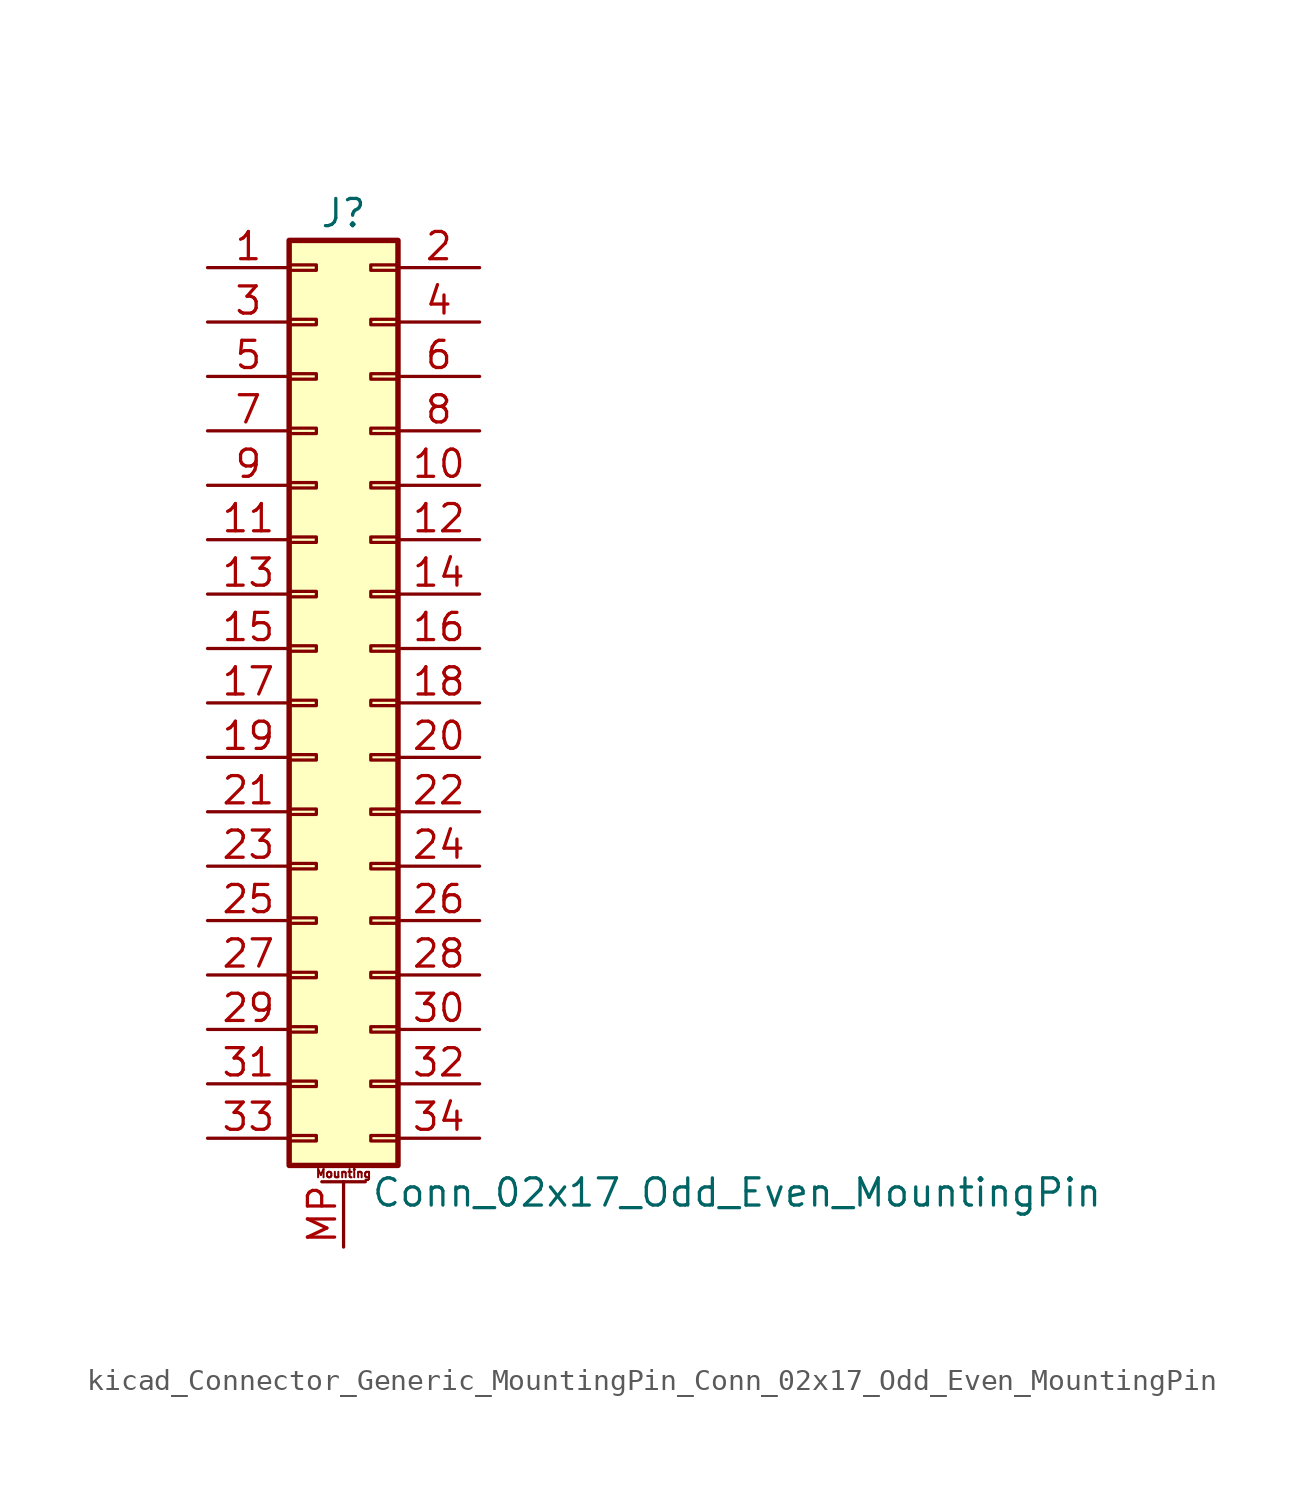
<source format=kicad_sym>
(kicad_symbol_lib
  (version 20220914)
  (generator kicad_symbol_editor)
  (symbol "kicad_Connector_Generic_MountingPin_Conn_02x17_Odd_Even_MountingPin"
    (pin_names
      (offset 1.016) hide)
    (property "Reference" "J"
      (at 1.27 22.86 0)
      (effects (font (size 1.27 1.27))))
    (property "Value" "Conn_02x17_Odd_Even_MountingPin"
      (at 2.54 -22.86 0)
      (effects (font (size 1.27 1.27)) (justify left)))
    (symbol "kicad_Connector_Generic_MountingPin_Conn_02x17_Odd_Even_MountingPin_1_1"
      (rectangle (start -1.27 -20.193) (end 0 -20.447) (stroke (width 0.152) (type default)) (fill (type none)))
      (rectangle (start -1.27 -17.653) (end 0 -17.907) (stroke (width 0.152) (type default)) (fill (type none)))
      (rectangle (start -1.27 -15.113) (end 0 -15.367) (stroke (width 0.152) (type default)) (fill (type none)))
      (rectangle (start -1.27 -12.573) (end 0 -12.827) (stroke (width 0.152) (type default)) (fill (type none)))
      (rectangle (start -1.27 -10.033) (end 0 -10.287) (stroke (width 0.152) (type default)) (fill (type none)))
      (rectangle (start -1.27 -7.493) (end 0 -7.747) (stroke (width 0.152) (type default)) (fill (type none)))
      (rectangle (start -1.27 -4.953) (end 0 -5.207) (stroke (width 0.152) (type default)) (fill (type none)))
      (rectangle (start -1.27 -2.413) (end 0 -2.667) (stroke (width 0.152) (type default)) (fill (type none)))
      (rectangle (start -1.27 0.127) (end 0 -0.127) (stroke (width 0.152) (type default)) (fill (type none)))
      (rectangle (start -1.27 2.667) (end 0 2.413) (stroke (width 0.152) (type default)) (fill (type none)))
      (rectangle (start -1.27 5.207) (end 0 4.953) (stroke (width 0.152) (type default)) (fill (type none)))
      (rectangle (start -1.27 7.747) (end 0 7.493) (stroke (width 0.152) (type default)) (fill (type none)))
      (rectangle (start -1.27 10.287) (end 0 10.033) (stroke (width 0.152) (type default)) (fill (type none)))
      (rectangle (start -1.27 12.827) (end 0 12.573) (stroke (width 0.152) (type default)) (fill (type none)))
      (rectangle (start -1.27 15.367) (end 0 15.113) (stroke (width 0.152) (type default)) (fill (type none)))
      (rectangle (start -1.27 17.907) (end 0 17.653) (stroke (width 0.152) (type default)) (fill (type none)))
      (rectangle (start -1.27 20.447) (end 0 20.193) (stroke (width 0.152) (type default)) (fill (type none)))
      (rectangle (start -1.27 21.59) (end 3.81 -21.59) (stroke (width 0.254) (type default)) (fill (type background)))
      (polyline (pts (xy 0.254 -22.352) (xy 2.286 -22.352)) (stroke (width 0.152) (type default)) (fill (type none)))
      (rectangle (start 3.81 -20.193) (end 2.54 -20.447) (stroke (width 0.152) (type default)) (fill (type none)))
      (rectangle (start 3.81 -17.653) (end 2.54 -17.907) (stroke (width 0.152) (type default)) (fill (type none)))
      (rectangle (start 3.81 -15.113) (end 2.54 -15.367) (stroke (width 0.152) (type default)) (fill (type none)))
      (rectangle (start 3.81 -12.573) (end 2.54 -12.827) (stroke (width 0.152) (type default)) (fill (type none)))
      (rectangle (start 3.81 -10.033) (end 2.54 -10.287) (stroke (width 0.152) (type default)) (fill (type none)))
      (rectangle (start 3.81 -7.493) (end 2.54 -7.747) (stroke (width 0.152) (type default)) (fill (type none)))
      (rectangle (start 3.81 -4.953) (end 2.54 -5.207) (stroke (width 0.152) (type default)) (fill (type none)))
      (rectangle (start 3.81 -2.413) (end 2.54 -2.667) (stroke (width 0.152) (type default)) (fill (type none)))
      (rectangle (start 3.81 0.127) (end 2.54 -0.127) (stroke (width 0.152) (type default)) (fill (type none)))
      (rectangle (start 3.81 2.667) (end 2.54 2.413) (stroke (width 0.152) (type default)) (fill (type none)))
      (rectangle (start 3.81 5.207) (end 2.54 4.953) (stroke (width 0.152) (type default)) (fill (type none)))
      (rectangle (start 3.81 7.747) (end 2.54 7.493) (stroke (width 0.152) (type default)) (fill (type none)))
      (rectangle (start 3.81 10.287) (end 2.54 10.033) (stroke (width 0.152) (type default)) (fill (type none)))
      (rectangle (start 3.81 12.827) (end 2.54 12.573) (stroke (width 0.152) (type default)) (fill (type none)))
      (rectangle (start 3.81 15.367) (end 2.54 15.113) (stroke (width 0.152) (type default)) (fill (type none)))
      (rectangle (start 3.81 17.907) (end 2.54 17.653) (stroke (width 0.152) (type default)) (fill (type none)))
      (rectangle (start 3.81 20.447) (end 2.54 20.193) (stroke (width 0.152) (type default)) (fill (type none)))
      (text "Mounting" (at 1.27 -21.971 0) (effects (font (size 0.381 0.381))))
      (pin passive line (at -5.08 20.32 0) (length 3.81) (name "Pin_1" (effects (font (size 1.27 1.27)))) (number "1" (effects (font (size 1.27 1.27)))))
      (pin passive line (at 7.62 10.16 180) (length 3.81) (name "Pin_10" (effects (font (size 1.27 1.27)))) (number "10" (effects (font (size 1.27 1.27)))))
      (pin passive line (at -5.08 7.62 0) (length 3.81) (name "Pin_11" (effects (font (size 1.27 1.27)))) (number "11" (effects (font (size 1.27 1.27)))))
      (pin passive line (at 7.62 7.62 180) (length 3.81) (name "Pin_12" (effects (font (size 1.27 1.27)))) (number "12" (effects (font (size 1.27 1.27)))))
      (pin passive line (at -5.08 5.08 0) (length 3.81) (name "Pin_13" (effects (font (size 1.27 1.27)))) (number "13" (effects (font (size 1.27 1.27)))))
      (pin passive line (at 7.62 5.08 180) (length 3.81) (name "Pin_14" (effects (font (size 1.27 1.27)))) (number "14" (effects (font (size 1.27 1.27)))))
      (pin passive line (at -5.08 2.54 0) (length 3.81) (name "Pin_15" (effects (font (size 1.27 1.27)))) (number "15" (effects (font (size 1.27 1.27)))))
      (pin passive line (at 7.62 2.54 180) (length 3.81) (name "Pin_16" (effects (font (size 1.27 1.27)))) (number "16" (effects (font (size 1.27 1.27)))))
      (pin passive line (at -5.08 0 0) (length 3.81) (name "Pin_17" (effects (font (size 1.27 1.27)))) (number "17" (effects (font (size 1.27 1.27)))))
      (pin passive line (at 7.62 0 180) (length 3.81) (name "Pin_18" (effects (font (size 1.27 1.27)))) (number "18" (effects (font (size 1.27 1.27)))))
      (pin passive line (at -5.08 -2.54 0) (length 3.81) (name "Pin_19" (effects (font (size 1.27 1.27)))) (number "19" (effects (font (size 1.27 1.27)))))
      (pin passive line (at 7.62 20.32 180) (length 3.81) (name "Pin_2" (effects (font (size 1.27 1.27)))) (number "2" (effects (font (size 1.27 1.27)))))
      (pin passive line (at 7.62 -2.54 180) (length 3.81) (name "Pin_20" (effects (font (size 1.27 1.27)))) (number "20" (effects (font (size 1.27 1.27)))))
      (pin passive line (at -5.08 -5.08 0) (length 3.81) (name "Pin_21" (effects (font (size 1.27 1.27)))) (number "21" (effects (font (size 1.27 1.27)))))
      (pin passive line (at 7.62 -5.08 180) (length 3.81) (name "Pin_22" (effects (font (size 1.27 1.27)))) (number "22" (effects (font (size 1.27 1.27)))))
      (pin passive line (at -5.08 -7.62 0) (length 3.81) (name "Pin_23" (effects (font (size 1.27 1.27)))) (number "23" (effects (font (size 1.27 1.27)))))
      (pin passive line (at 7.62 -7.62 180) (length 3.81) (name "Pin_24" (effects (font (size 1.27 1.27)))) (number "24" (effects (font (size 1.27 1.27)))))
      (pin passive line (at -5.08 -10.16 0) (length 3.81) (name "Pin_25" (effects (font (size 1.27 1.27)))) (number "25" (effects (font (size 1.27 1.27)))))
      (pin passive line (at 7.62 -10.16 180) (length 3.81) (name "Pin_26" (effects (font (size 1.27 1.27)))) (number "26" (effects (font (size 1.27 1.27)))))
      (pin passive line (at -5.08 -12.7 0) (length 3.81) (name "Pin_27" (effects (font (size 1.27 1.27)))) (number "27" (effects (font (size 1.27 1.27)))))
      (pin passive line (at 7.62 -12.7 180) (length 3.81) (name "Pin_28" (effects (font (size 1.27 1.27)))) (number "28" (effects (font (size 1.27 1.27)))))
      (pin passive line (at -5.08 -15.24 0) (length 3.81) (name "Pin_29" (effects (font (size 1.27 1.27)))) (number "29" (effects (font (size 1.27 1.27)))))
      (pin passive line (at -5.08 17.78 0) (length 3.81) (name "Pin_3" (effects (font (size 1.27 1.27)))) (number "3" (effects (font (size 1.27 1.27)))))
      (pin passive line (at 7.62 -15.24 180) (length 3.81) (name "Pin_30" (effects (font (size 1.27 1.27)))) (number "30" (effects (font (size 1.27 1.27)))))
      (pin passive line (at -5.08 -17.78 0) (length 3.81) (name "Pin_31" (effects (font (size 1.27 1.27)))) (number "31" (effects (font (size 1.27 1.27)))))
      (pin passive line (at 7.62 -17.78 180) (length 3.81) (name "Pin_32" (effects (font (size 1.27 1.27)))) (number "32" (effects (font (size 1.27 1.27)))))
      (pin passive line (at -5.08 -20.32 0) (length 3.81) (name "Pin_33" (effects (font (size 1.27 1.27)))) (number "33" (effects (font (size 1.27 1.27)))))
      (pin passive line (at 7.62 -20.32 180) (length 3.81) (name "Pin_34" (effects (font (size 1.27 1.27)))) (number "34" (effects (font (size 1.27 1.27)))))
      (pin passive line (at 7.62 17.78 180) (length 3.81) (name "Pin_4" (effects (font (size 1.27 1.27)))) (number "4" (effects (font (size 1.27 1.27)))))
      (pin passive line (at -5.08 15.24 0) (length 3.81) (name "Pin_5" (effects (font (size 1.27 1.27)))) (number "5" (effects (font (size 1.27 1.27)))))
      (pin passive line (at 7.62 15.24 180) (length 3.81) (name "Pin_6" (effects (font (size 1.27 1.27)))) (number "6" (effects (font (size 1.27 1.27)))))
      (pin passive line (at -5.08 12.7 0) (length 3.81) (name "Pin_7" (effects (font (size 1.27 1.27)))) (number "7" (effects (font (size 1.27 1.27)))))
      (pin passive line (at 7.62 12.7 180) (length 3.81) (name "Pin_8" (effects (font (size 1.27 1.27)))) (number "8" (effects (font (size 1.27 1.27)))))
      (pin passive line (at -5.08 10.16 0) (length 3.81) (name "Pin_9" (effects (font (size 1.27 1.27)))) (number "9" (effects (font (size 1.27 1.27)))))
      (pin passive line (at 1.27 -25.4 90) (length 3.048) (name "MountPin" (effects (font (size 1.27 1.27)))) (number "MP" (effects (font (size 1.27 1.27))))))))
</source>
